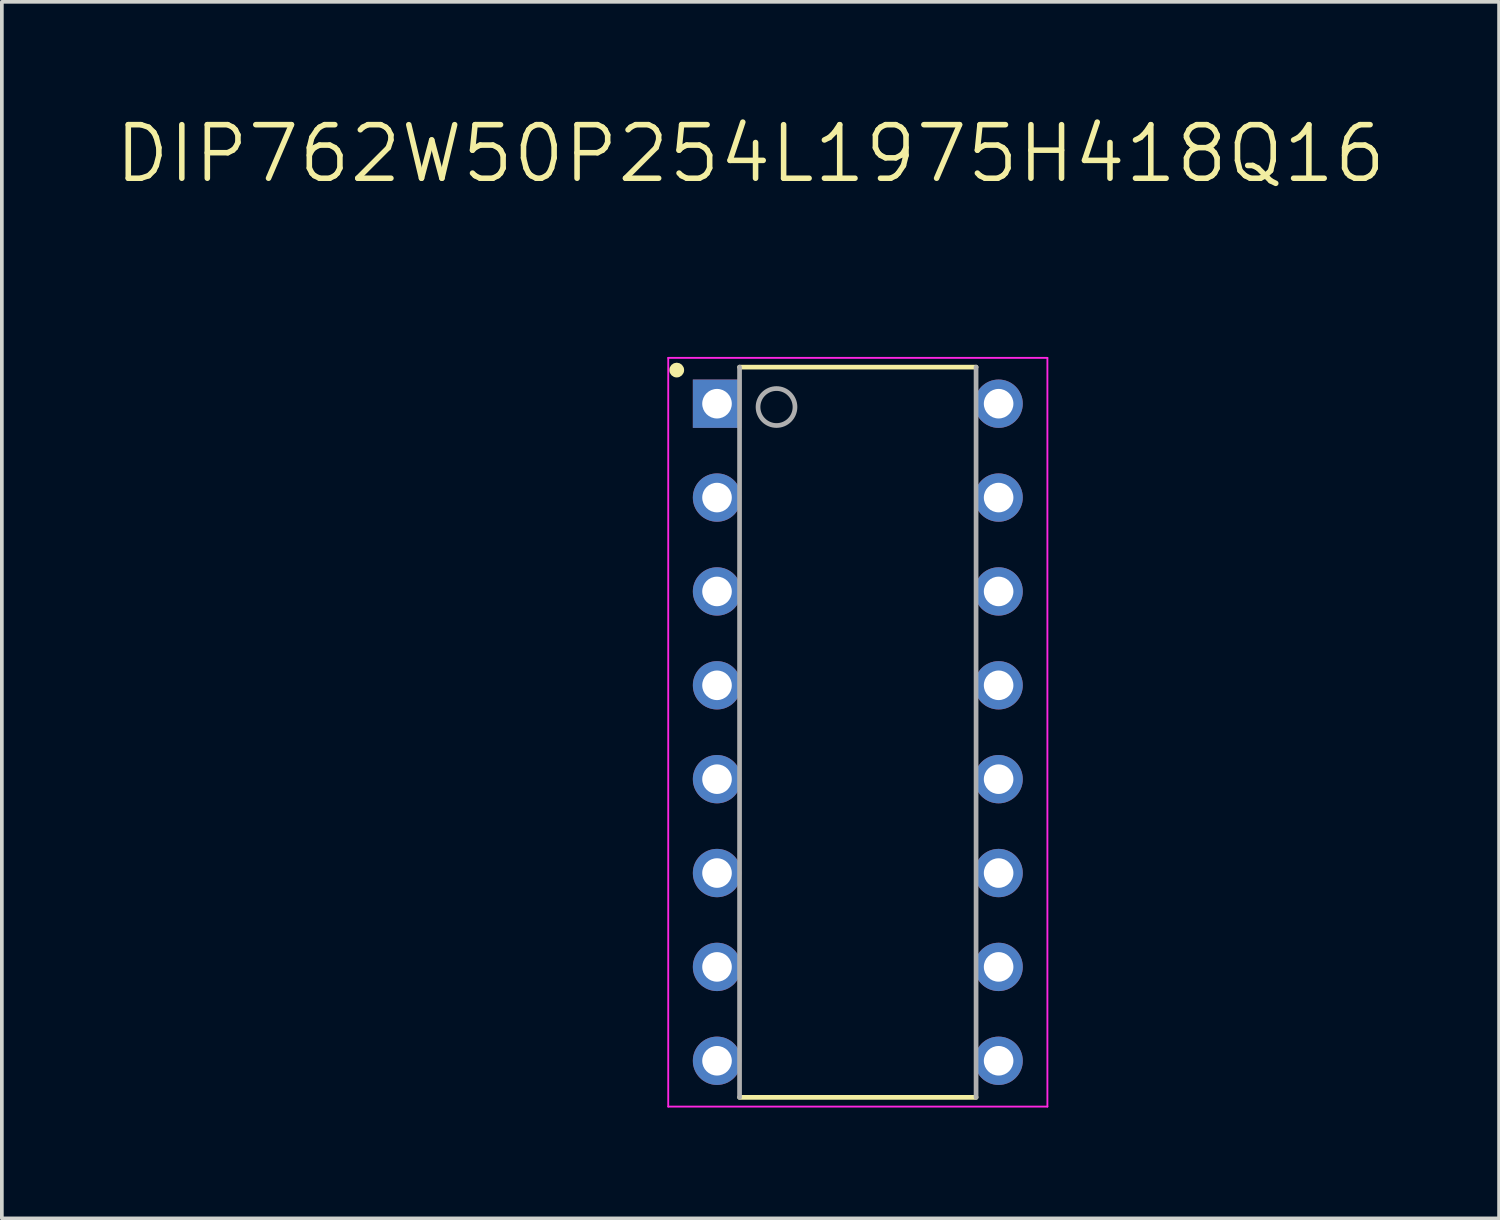
<source format=kicad_pcb>
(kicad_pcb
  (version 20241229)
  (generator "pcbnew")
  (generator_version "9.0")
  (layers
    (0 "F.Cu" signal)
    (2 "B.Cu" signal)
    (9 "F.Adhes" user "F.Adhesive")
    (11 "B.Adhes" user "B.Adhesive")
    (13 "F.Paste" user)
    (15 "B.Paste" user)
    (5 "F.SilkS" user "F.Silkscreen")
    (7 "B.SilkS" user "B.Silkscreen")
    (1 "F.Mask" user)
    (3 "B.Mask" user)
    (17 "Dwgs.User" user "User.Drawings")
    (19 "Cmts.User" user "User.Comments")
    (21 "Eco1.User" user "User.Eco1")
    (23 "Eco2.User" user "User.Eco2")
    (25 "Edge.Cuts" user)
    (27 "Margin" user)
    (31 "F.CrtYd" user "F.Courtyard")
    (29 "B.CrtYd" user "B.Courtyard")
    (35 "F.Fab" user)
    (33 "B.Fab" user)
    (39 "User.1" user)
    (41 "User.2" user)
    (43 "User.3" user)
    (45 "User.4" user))
  (footprint "DIP762W50P254L1975H418Q16"
    (layer "F.Cu")
    (at 20.162 16.764)
    (property "Reference" "DIP762W50P254L1975H418Q16" (at -2.905 -15.654 0) (layer "F.SilkS") (effects (font (size 1.449 1.449) (thickness 0.15))))
    (attr through_hole)
    (fp_line (start -3.2 -9.88) (end 3.2 -9.88) (stroke (width 0.127) (type solid)) (layer "F.SilkS"))
    (fp_line (start 3.2 9.88) (end -3.2 9.88) (stroke (width 0.127) (type solid)) (layer "F.SilkS"))
    (fp_circle (center -4.9 -9.8) (end -4.8 -9.8) (stroke (width 0.2) (type solid)) (fill no) (layer "F.SilkS"))
    (fp_line (start -5.13 -10.13) (end -5.13 10.13) (stroke (width 0.05) (type solid)) (layer "F.CrtYd"))
    (fp_line (start -5.13 10.13) (end 5.13 10.13) (stroke (width 0.05) (type solid)) (layer "F.CrtYd"))
    (fp_line (start 5.13 -10.13) (end -5.13 -10.13) (stroke (width 0.05) (type solid)) (layer "F.CrtYd"))
    (fp_line (start 5.13 10.13) (end 5.13 -10.13) (stroke (width 0.05) (type solid)) (layer "F.CrtYd"))
    (fp_line (start -3.2 9.88) (end -3.2 -9.88) (stroke (width 0.127) (type solid)) (layer "F.Fab"))
    (fp_line (start 3.2 -9.88) (end 3.2 9.88) (stroke (width 0.127) (type solid)) (layer "F.Fab"))
    (fp_circle (center -2.2 -8.8) (end -1.7 -8.8) (stroke (width 0.127) (type solid)) (fill no) (layer "F.Fab"))
    (pad "1" thru_hole rect (at -3.81 -8.89) (size 1.308 1.308) (drill 0.8) (layers "*.Cu" "*.Mask"))
    (pad "2" thru_hole circle (at -3.81 -6.35) (size 1.308 1.308) (drill 0.8) (layers "*.Cu" "*.Mask"))
    (pad "3" thru_hole circle (at -3.81 -3.81) (size 1.308 1.308) (drill 0.8) (layers "*.Cu" "*.Mask"))
    (pad "4" thru_hole circle (at -3.81 -1.27) (size 1.308 1.308) (drill 0.8) (layers "*.Cu" "*.Mask"))
    (pad "5" thru_hole circle (at -3.81 1.27) (size 1.308 1.308) (drill 0.8) (layers "*.Cu" "*.Mask"))
    (pad "6" thru_hole circle (at -3.81 3.81) (size 1.308 1.308) (drill 0.8) (layers "*.Cu" "*.Mask"))
    (pad "7" thru_hole circle (at -3.81 6.35) (size 1.308 1.308) (drill 0.8) (layers "*.Cu" "*.Mask"))
    (pad "8" thru_hole circle (at -3.81 8.89) (size 1.308 1.308) (drill 0.8) (layers "*.Cu" "*.Mask"))
    (pad "9" thru_hole circle (at 3.81 8.89) (size 1.308 1.308) (drill 0.8) (layers "*.Cu" "*.Mask"))
    (pad "10" thru_hole circle (at 3.81 6.35) (size 1.308 1.308) (drill 0.8) (layers "*.Cu" "*.Mask"))
    (pad "11" thru_hole circle (at 3.81 3.81) (size 1.308 1.308) (drill 0.8) (layers "*.Cu" "*.Mask"))
    (pad "12" thru_hole circle (at 3.81 1.27) (size 1.308 1.308) (drill 0.8) (layers "*.Cu" "*.Mask"))
    (pad "13" thru_hole circle (at 3.81 -1.27) (size 1.308 1.308) (drill 0.8) (layers "*.Cu" "*.Mask"))
    (pad "14" thru_hole circle (at 3.81 -3.81) (size 1.308 1.308) (drill 0.8) (layers "*.Cu" "*.Mask"))
    (pad "15" thru_hole circle (at 3.81 -6.35) (size 1.308 1.308) (drill 0.8) (layers "*.Cu" "*.Mask"))
    (pad "16" thru_hole circle (at 3.81 -8.89) (size 1.308 1.308) (drill 0.8) (layers "*.Cu" "*.Mask")))
  (gr_rect
    (start -3 -3)
    (end 37.514 29.919)
    (stroke (width 0.1) (type default))
    (fill no)
    (layer "Edge.Cuts")))
</source>
